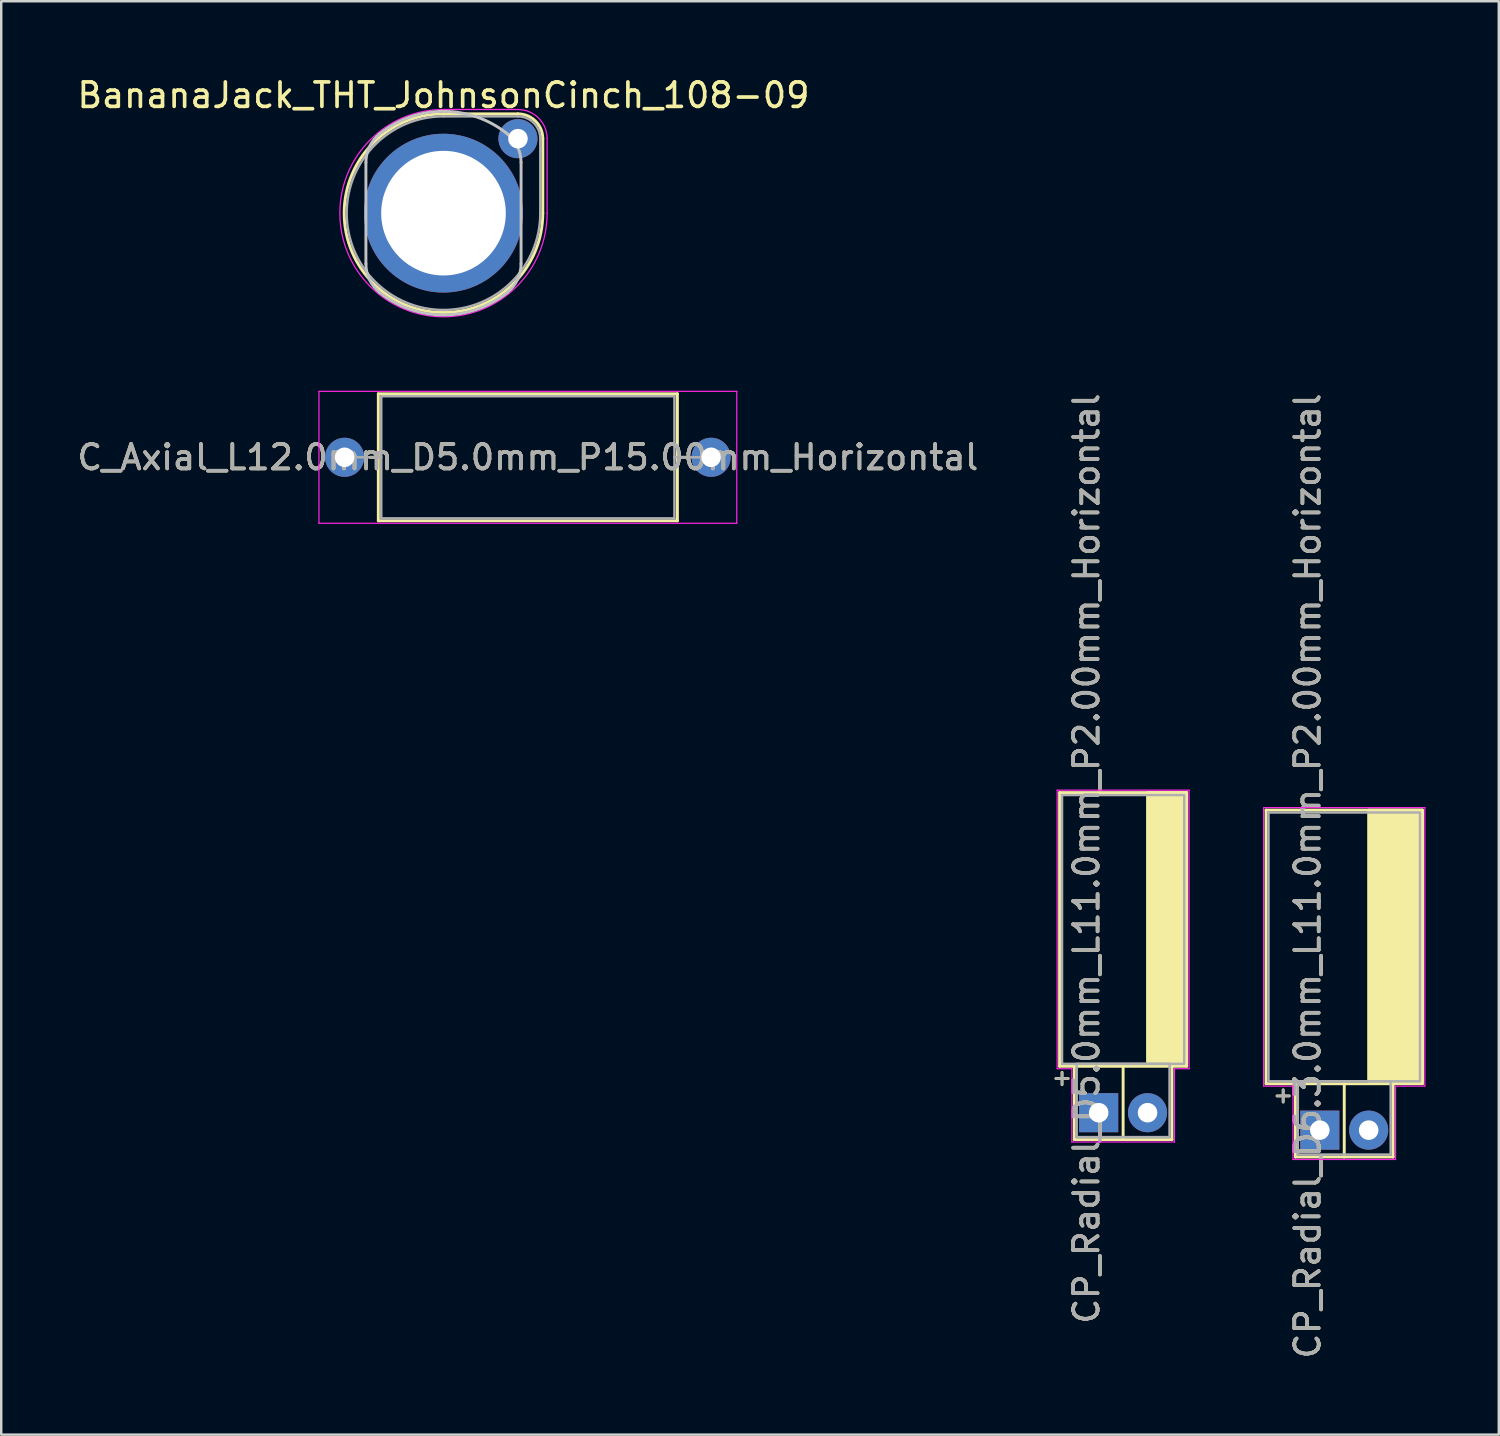
<source format=kicad_pcb>
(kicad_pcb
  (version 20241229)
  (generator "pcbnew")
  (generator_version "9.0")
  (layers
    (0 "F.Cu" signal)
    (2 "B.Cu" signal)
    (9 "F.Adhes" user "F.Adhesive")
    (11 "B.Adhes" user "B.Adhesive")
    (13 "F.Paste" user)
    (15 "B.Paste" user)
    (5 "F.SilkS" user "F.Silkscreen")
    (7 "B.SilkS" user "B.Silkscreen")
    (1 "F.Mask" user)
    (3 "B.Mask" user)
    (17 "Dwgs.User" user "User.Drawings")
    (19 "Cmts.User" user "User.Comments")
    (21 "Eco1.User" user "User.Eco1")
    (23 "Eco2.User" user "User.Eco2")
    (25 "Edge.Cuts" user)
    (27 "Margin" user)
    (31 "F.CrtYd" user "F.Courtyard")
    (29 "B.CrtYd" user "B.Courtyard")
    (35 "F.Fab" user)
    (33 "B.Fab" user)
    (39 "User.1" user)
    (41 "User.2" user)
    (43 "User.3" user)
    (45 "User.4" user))
  (footprint "CP_Radial_D5.0mm_L11.0mm_P2.00mm_Horizontal"
    (layer "F.Cu")
    (at 41.917 42.49)
    (property "Reference" "CP_Radial_D5.0mm_L11.0mm_P2.00mm_Horizontal" (at -0.5 -10.4 90) (layer "F.SilkS") (effects (font (size 1 1) (thickness 0.15))))
    (attr through_hole)
    (fp_line (start -1.75 -1.4) (end -1.25 -1.4) (stroke (width 0.12) (type solid)) (layer "F.SilkS"))
    (fp_line (start -1.6 -13.1) (end -1.6 -1.9) (stroke (width 0.12) (type solid)) (layer "F.SilkS"))
    (fp_line (start -1.6 -1.9) (end 3.6 -1.9) (stroke (width 0.12) (type solid)) (layer "F.SilkS"))
    (fp_line (start -1.5 -1.65) (end -1.5 -1.15) (stroke (width 0.12) (type solid)) (layer "F.SilkS"))
    (fp_line (start -1 -1.9) (end -1 1.1) (stroke (width 0.12) (type solid)) (layer "F.SilkS"))
    (fp_line (start -1 1.1) (end 3 1.1) (stroke (width 0.12) (type solid)) (layer "F.SilkS"))
    (fp_line (start 1 1.1) (end 1 -1.9) (stroke (width 0.12) (type solid)) (layer "F.SilkS"))
    (fp_line (start 3 1.1) (end 3 -1.9) (stroke (width 0.12) (type solid)) (layer "F.SilkS"))
    (fp_line (start 3.6 -13.1) (end -1.6 -13.1) (stroke (width 0.12) (type solid)) (layer "F.SilkS"))
    (fp_line (start 3.6 -1.9) (end 3.6 -13.1) (stroke (width 0.12) (type solid)) (layer "F.SilkS"))
    (fp_rect (start 2 -13.1) (end 3.6 -2) (stroke (width 0.12) (type solid)) (fill yes) (layer "F.SilkS"))
    (fp_line (start -1.7 -13.2) (end -1.7 -1.8) (stroke (width 0.05) (type solid)) (layer "F.CrtYd"))
    (fp_line (start -1.7 -1.8) (end -1.1 -1.8) (stroke (width 0.05) (type solid)) (layer "F.CrtYd"))
    (fp_line (start -1.1 -1.8) (end -1.1 1.2) (stroke (width 0.05) (type solid)) (layer "F.CrtYd"))
    (fp_line (start -1.1 1.2) (end 3.1 1.2) (stroke (width 0.05) (type solid)) (layer "F.CrtYd"))
    (fp_line (start 3.1 -1.8) (end 3.7 -1.8) (stroke (width 0.05) (type solid)) (layer "F.CrtYd"))
    (fp_line (start 3.1 1.2) (end 3.1 -1.8) (stroke (width 0.05) (type solid)) (layer "F.CrtYd"))
    (fp_line (start 3.7 -13.2) (end -1.7 -13.2) (stroke (width 0.05) (type solid)) (layer "F.CrtYd"))
    (fp_line (start 3.7 -1.8) (end 3.7 -13.2) (stroke (width 0.05) (type solid)) (layer "F.CrtYd"))
    (fp_line (start -1.75 -1.4) (end -1.25 -1.4) (stroke (width 0.1) (type solid)) (layer "F.Fab"))
    (fp_line (start -1.5 -1.65) (end -1.5 -1.15) (stroke (width 0.1) (type solid)) (layer "F.Fab"))
    (fp_rect (start -1.5 -2) (end 3.5 -13) (stroke (width 0.1) (type solid)) (fill no) (layer "F.Fab"))
    (fp_rect (start -0.9 1) (end 2.9 -2) (stroke (width 0.1) (type solid)) (fill no) (layer "F.Fab"))
    (fp_text user "${REFERENCE}" (at -0.5 -10.4 90) (layer "F.Fab") (effects (font (size 1 1) (thickness 0.15))))
    (pad "1" thru_hole rect (at 0 0) (size 1.6 1.6) (drill 0.8) (layers "*.Cu" "*.Mask"))
    (pad "2" thru_hole circle (at 2 0) (size 1.6 1.6) (drill 0.8) (layers "*.Cu" "*.Mask")))
  (footprint "CP_Radial_D6.3.0mm_L11.0mm_P2.00mm_Horizontal"
    (layer "F.Cu")
    (at 50.967 43.204)
    (property "Reference" "CP_Radial_D6.3.0mm_L11.0mm_P2.00mm_Horizontal" (at -0.5 -10.4 90) (layer "F.SilkS") (effects (font (size 1 1) (thickness 0.15))))
    (attr through_hole)
    (fp_line (start -2.2 -13.1) (end -2.2 -1.9) (stroke (width 0.12) (type solid)) (layer "F.SilkS"))
    (fp_line (start -2.2 -1.9) (end 4.2 -1.9) (stroke (width 0.12) (type solid)) (layer "F.SilkS"))
    (fp_line (start -1.75 -1.4) (end -1.25 -1.4) (stroke (width 0.12) (type solid)) (layer "F.SilkS"))
    (fp_line (start -1.5 -1.65) (end -1.5 -1.15) (stroke (width 0.12) (type solid)) (layer "F.SilkS"))
    (fp_line (start -1 -1.9) (end -1 1.1) (stroke (width 0.12) (type solid)) (layer "F.SilkS"))
    (fp_line (start -1 1.1) (end 3 1.1) (stroke (width 0.12) (type solid)) (layer "F.SilkS"))
    (fp_line (start 1 1.1) (end 1 -1.9) (stroke (width 0.12) (type solid)) (layer "F.SilkS"))
    (fp_line (start 3 1.1) (end 3 -1.9) (stroke (width 0.12) (type solid)) (layer "F.SilkS"))
    (fp_line (start 4.2 -13.1) (end -2.2 -13.1) (stroke (width 0.12) (type solid)) (layer "F.SilkS"))
    (fp_line (start 4.2 -1.9) (end 4.2 -13.1) (stroke (width 0.12) (type solid)) (layer "F.SilkS"))
    (fp_rect (start 2 -13.1) (end 4.2 -2) (stroke (width 0.12) (type solid)) (fill yes) (layer "F.SilkS"))
    (fp_line (start -2.3 -13.2) (end -2.3 -1.8) (stroke (width 0.05) (type solid)) (layer "F.CrtYd"))
    (fp_line (start -2.3 -1.8) (end -1.1 -1.8) (stroke (width 0.05) (type solid)) (layer "F.CrtYd"))
    (fp_line (start -1.1 -1.8) (end -1.1 1.2) (stroke (width 0.05) (type solid)) (layer "F.CrtYd"))
    (fp_line (start -1.1 1.2) (end 3.1 1.2) (stroke (width 0.05) (type solid)) (layer "F.CrtYd"))
    (fp_line (start 3.1 -1.8) (end 4.3 -1.8) (stroke (width 0.05) (type solid)) (layer "F.CrtYd"))
    (fp_line (start 3.1 1.2) (end 3.1 -1.8) (stroke (width 0.05) (type solid)) (layer "F.CrtYd"))
    (fp_line (start 4.3 -13.2) (end -2.3 -13.2) (stroke (width 0.05) (type solid)) (layer "F.CrtYd"))
    (fp_line (start 4.3 -1.8) (end 4.3 -13.2) (stroke (width 0.05) (type solid)) (layer "F.CrtYd"))
    (fp_line (start -1.75 -1.4) (end -1.25 -1.4) (stroke (width 0.1) (type solid)) (layer "F.Fab"))
    (fp_line (start -1.5 -1.65) (end -1.5 -1.15) (stroke (width 0.1) (type solid)) (layer "F.Fab"))
    (fp_rect (start -2.1 -2) (end 4.1 -13) (stroke (width 0.1) (type solid)) (fill no) (layer "F.Fab"))
    (fp_rect (start -0.9 1) (end 2.9 -2) (stroke (width 0.1) (type solid)) (fill no) (layer "F.Fab"))
    (fp_text user "${REFERENCE}" (at -0.5 -10.4 90) (layer "F.Fab") (effects (font (size 1 1) (thickness 0.15))))
    (pad "1" thru_hole rect (at 0 0) (size 1.6 1.6) (drill 0.8) (layers "*.Cu" "*.Mask"))
    (pad "2" thru_hole circle (at 2 0) (size 1.6 1.6) (drill 0.8) (layers "*.Cu" "*.Mask")))
  (footprint "BananaJack_THT_JohnsonCinch_108-09"
    (layer "F.Cu")
    (at 15.101 5.674)
    (property "Reference" "BananaJack_THT_JohnsonCinch_108-09" (at 0 -4.826 0) (layer "F.SilkS") (effects (font (size 1 1) (thickness 0.15))))
    (attr through_hole)
    (fp_line (start 0 -4.064) (end 3.048 -4.064) (stroke (width 0.12) (type solid)) (layer "F.SilkS"))
    (fp_line (start 4.064 -3.048) (end 4.064 0) (stroke (width 0.12) (type solid)) (layer "F.SilkS"))
    (fp_arc (start 3.048 -4.064) (mid 3.76642 -3.76642) (end 4.064 -3.048) (stroke (width 0.12) (type solid)) (layer "F.SilkS"))
    (fp_arc (start 4.064 0) (mid -2.873682 2.873682) (end 0 -4.064) (stroke (width 0.12) (type solid)) (layer "F.SilkS"))
    (fp_line (start -3.175 -2.073) (end -3.175 2.073) (stroke (width 0.12) (type solid)) (layer "Dwgs.User"))
    (fp_line (start 3.175 2.073) (end 3.175 -2.073) (stroke (width 0.12) (type solid)) (layer "Dwgs.User"))
    (fp_arc (start -3.175 -2.073002) (mid -3.0288 -2.719648) (end -2.618 -3.240002) (stroke (width 0.12) (type solid)) (layer "Dwgs.User"))
    (fp_arc (start -2.618002 -3.240002) (mid 0 -4.165799) (end 2.618002 -3.240002) (stroke (width 0.12) (type solid)) (layer "Dwgs.User"))
    (fp_arc (start -2.618 3.240001) (mid -3.028799 2.719647) (end -3.174999 2.073002) (stroke (width 0.12) (type solid)) (layer "Dwgs.User"))
    (fp_arc (start 2.618 -3.240001) (mid 3.028799 -2.719647) (end 3.174999 -2.073002) (stroke (width 0.12) (type solid)) (layer "Dwgs.User"))
    (fp_arc (start 2.618002 3.240002) (mid 0 4.165799) (end -2.618002 3.240002) (stroke (width 0.12) (type solid)) (layer "Dwgs.User"))
    (fp_arc (start 3.175 2.073002) (mid 3.0288 2.719648) (end 2.618 3.240002) (stroke (width 0.12) (type solid)) (layer "Dwgs.User"))
    (fp_line (start 3.048 -4.242) (end 0 -4.242) (stroke (width 0.05) (type solid)) (layer "F.CrtYd"))
    (fp_line (start 4.242 0) (end 4.242 -3.048) (stroke (width 0.05) (type solid)) (layer "F.CrtYd"))
    (fp_arc (start 3.048 -4.2418) (mid 3.892144 -3.892144) (end 4.2418 -3.048) (stroke (width 0.05) (type solid)) (layer "F.CrtYd"))
    (fp_arc (start 4.2418 0) (mid -2.999406 2.999406) (end 0 -4.2418) (stroke (width 0.05) (type solid)) (layer "F.CrtYd"))
    (fp_line (start -0.218 0) (end 0.218 0) (stroke (width 0.1) (type solid)) (layer "F.Fab"))
    (fp_line (start 0 -3.962) (end 3.048 -3.962) (stroke (width 0.1) (type solid)) (layer "F.Fab"))
    (fp_line (start 0 0.218) (end 0 -0.218) (stroke (width 0.1) (type solid)) (layer "F.Fab"))
    (fp_line (start 3.962 -3.048) (end 3.962 0) (stroke (width 0.1) (type solid)) (layer "F.Fab"))
    (fp_arc (start 3.048 -3.9624) (mid 3.694578 -3.694578) (end 3.9624 -3.048) (stroke (width 0.1) (type solid)) (layer "F.Fab"))
    (fp_arc (start 3.9624 0) (mid -2.801841 2.801836) (end 0 -3.9624) (stroke (width 0.1) (type solid)) (layer "F.Fab"))
    (pad "1" thru_hole circle (at 0 0) (size 6.5 6.5) (drill 5.1) (layers "*.Cu" "*.Mask"))
    (pad "1" thru_hole circle (at 3.048 -3.048) (size 1.6 1.6) (drill 0.8) (layers "*.Cu" "*.Mask")))
  (footprint "C_Axial_L12.0mm_D5.0mm_P15.00mm_Horizontal"
    (layer "F.Cu")
    (at 11.054 15.666)
    (property "Reference" "C_Axial_L12.0mm_D5.0mm_P15.00mm_Horizontal" (at 7.5 0 0) (layer "F.SilkS") (effects (font (size 1 1) (thickness 0.15))))
    (attr through_hole)
    (fp_line (start 1.04 0) (end 1.38 0) (stroke (width 0.12) (type solid)) (layer "F.SilkS"))
    (fp_line (start 1.38 -2.6) (end 1.38 2.6) (stroke (width 0.12) (type solid)) (layer "F.SilkS"))
    (fp_line (start 1.38 2.6) (end 13.62 2.6) (stroke (width 0.12) (type solid)) (layer "F.SilkS"))
    (fp_line (start 13.62 -2.6) (end 1.38 -2.6) (stroke (width 0.12) (type solid)) (layer "F.SilkS"))
    (fp_line (start 13.62 2.6) (end 13.62 -2.6) (stroke (width 0.12) (type solid)) (layer "F.SilkS"))
    (fp_line (start 13.96 0) (end 13.62 0) (stroke (width 0.12) (type solid)) (layer "F.SilkS"))
    (fp_line (start -1.05 -2.7) (end -1.05 2.7) (stroke (width 0.05) (type solid)) (layer "F.CrtYd"))
    (fp_line (start -1.05 2.7) (end 16.05 2.7) (stroke (width 0.05) (type solid)) (layer "F.CrtYd"))
    (fp_line (start 16.05 -2.7) (end -1.05 -2.7) (stroke (width 0.05) (type solid)) (layer "F.CrtYd"))
    (fp_line (start 16.05 2.7) (end 16.05 -2.7) (stroke (width 0.05) (type solid)) (layer "F.CrtYd"))
    (fp_line (start 0 0) (end 1.5 0) (stroke (width 0.1) (type solid)) (layer "F.Fab"))
    (fp_line (start 1.5 -2.5) (end 1.5 2.5) (stroke (width 0.1) (type solid)) (layer "F.Fab"))
    (fp_line (start 1.5 2.5) (end 13.5 2.5) (stroke (width 0.1) (type solid)) (layer "F.Fab"))
    (fp_line (start 13.5 -2.5) (end 1.5 -2.5) (stroke (width 0.1) (type solid)) (layer "F.Fab"))
    (fp_line (start 13.5 2.5) (end 13.5 -2.5) (stroke (width 0.1) (type solid)) (layer "F.Fab"))
    (fp_line (start 15 0) (end 13.5 0) (stroke (width 0.1) (type solid)) (layer "F.Fab"))
    (fp_text user "${REFERENCE}" (at 7.5 0 0) (layer "F.Fab") (effects (font (size 1 1) (thickness 0.15))))
    (pad "1" thru_hole circle (at 0 0) (size 1.6 1.6) (drill 0.8) (layers "*.Cu" "*.Mask"))
    (pad "2" thru_hole oval (at 15 0) (size 1.6 1.6) (drill 0.8) (layers "*.Cu" "*.Mask")))
  (gr_rect
    (start -3 -3)
    (end 58.292 55.667)
    (stroke (width 0.1) (type default))
    (fill no)
    (layer "Edge.Cuts")))
</source>
